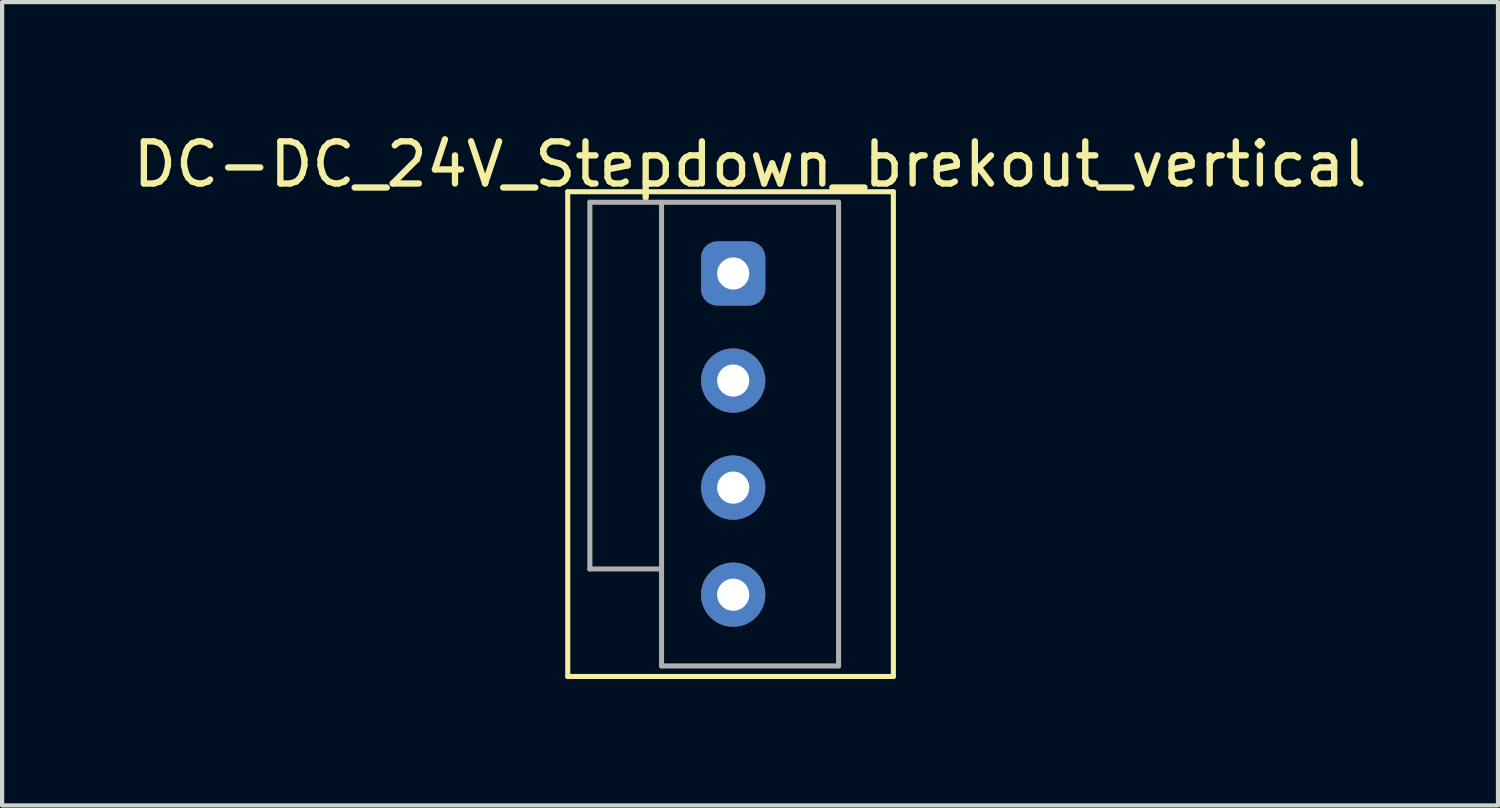
<source format=kicad_pcb>
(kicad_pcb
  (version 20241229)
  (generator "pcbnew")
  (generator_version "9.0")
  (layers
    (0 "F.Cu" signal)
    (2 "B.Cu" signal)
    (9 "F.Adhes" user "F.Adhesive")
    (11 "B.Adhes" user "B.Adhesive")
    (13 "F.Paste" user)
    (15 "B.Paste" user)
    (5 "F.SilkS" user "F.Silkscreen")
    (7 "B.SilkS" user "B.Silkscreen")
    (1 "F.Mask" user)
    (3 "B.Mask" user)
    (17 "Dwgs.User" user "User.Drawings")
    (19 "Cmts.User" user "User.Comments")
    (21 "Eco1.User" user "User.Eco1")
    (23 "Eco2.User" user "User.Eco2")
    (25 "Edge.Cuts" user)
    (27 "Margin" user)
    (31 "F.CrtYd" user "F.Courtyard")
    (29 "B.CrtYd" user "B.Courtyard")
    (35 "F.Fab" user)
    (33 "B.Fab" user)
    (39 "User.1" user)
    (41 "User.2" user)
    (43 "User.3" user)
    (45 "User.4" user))
  (footprint "DC-DC_24V_Stepdown_brekout_vertical"
    (layer "F.Cu")
    (at 12.644 1.748)
    (property "Reference" "DC-DC_24V_Stepdown_brekout_vertical" (at 2.1 -0.9 0) (layer "F.SilkS") (effects (font (size 1 1) (thickness 0.15))))
    (attr through_hole)
    (fp_line (start -2.225 -0.25) (end 5.5 -0.25) (stroke (width 0.12) (type solid)) (layer "F.SilkS"))
    (fp_line (start -2.225 11.25) (end -2.225 -0.25) (stroke (width 0.12) (type solid)) (layer "F.SilkS"))
    (fp_line (start 5.5 -0.25) (end 5.5 11.25) (stroke (width 0.12) (type solid)) (layer "F.SilkS"))
    (fp_line (start 5.5 11.25) (end -2.225 11.25) (stroke (width 0.12) (type solid)) (layer "F.SilkS"))
    (fp_line (start -1.7 0) (end -1.7 8.7) (stroke (width 0.12) (type solid)) (layer "F.Fab"))
    (fp_line (start -1.7 0) (end 4.2 0) (stroke (width 0.12) (type solid)) (layer "F.Fab"))
    (fp_line (start -1.7 8.7) (end 0 8.7) (stroke (width 0.12) (type solid)) (layer "F.Fab"))
    (fp_line (start 0 11) (end 0 0) (stroke (width 0.12) (type solid)) (layer "F.Fab"))
    (fp_line (start 0 11) (end 4.2 11) (stroke (width 0.12) (type solid)) (layer "F.Fab"))
    (fp_line (start 4.2 11) (end 4.2 0) (stroke (width 0.12) (type solid)) (layer "F.Fab"))
    (pad "1" thru_hole roundrect (at 1.7 1.69) (size 1.524 1.524) (drill 0.762) (layers "*.Cu" "*.Mask") (roundrect_rratio 0.25))
    (pad "2" thru_hole circle (at 1.7 4.23) (size 1.524 1.524) (drill 0.762) (layers "*.Cu" "*.Mask"))
    (pad "3" thru_hole circle (at 1.7 6.77) (size 1.524 1.524) (drill 0.762) (layers "*.Cu" "*.Mask"))
    (pad "4" thru_hole circle (at 1.7 9.31 90) (size 1.524 1.524) (drill 0.762) (layers "*.Cu" "*.Mask")))
  (gr_rect
    (start -3 -3)
    (end 32.488 16.058)
    (stroke (width 0.1) (type default))
    (fill no)
    (layer "Edge.Cuts")))
</source>
